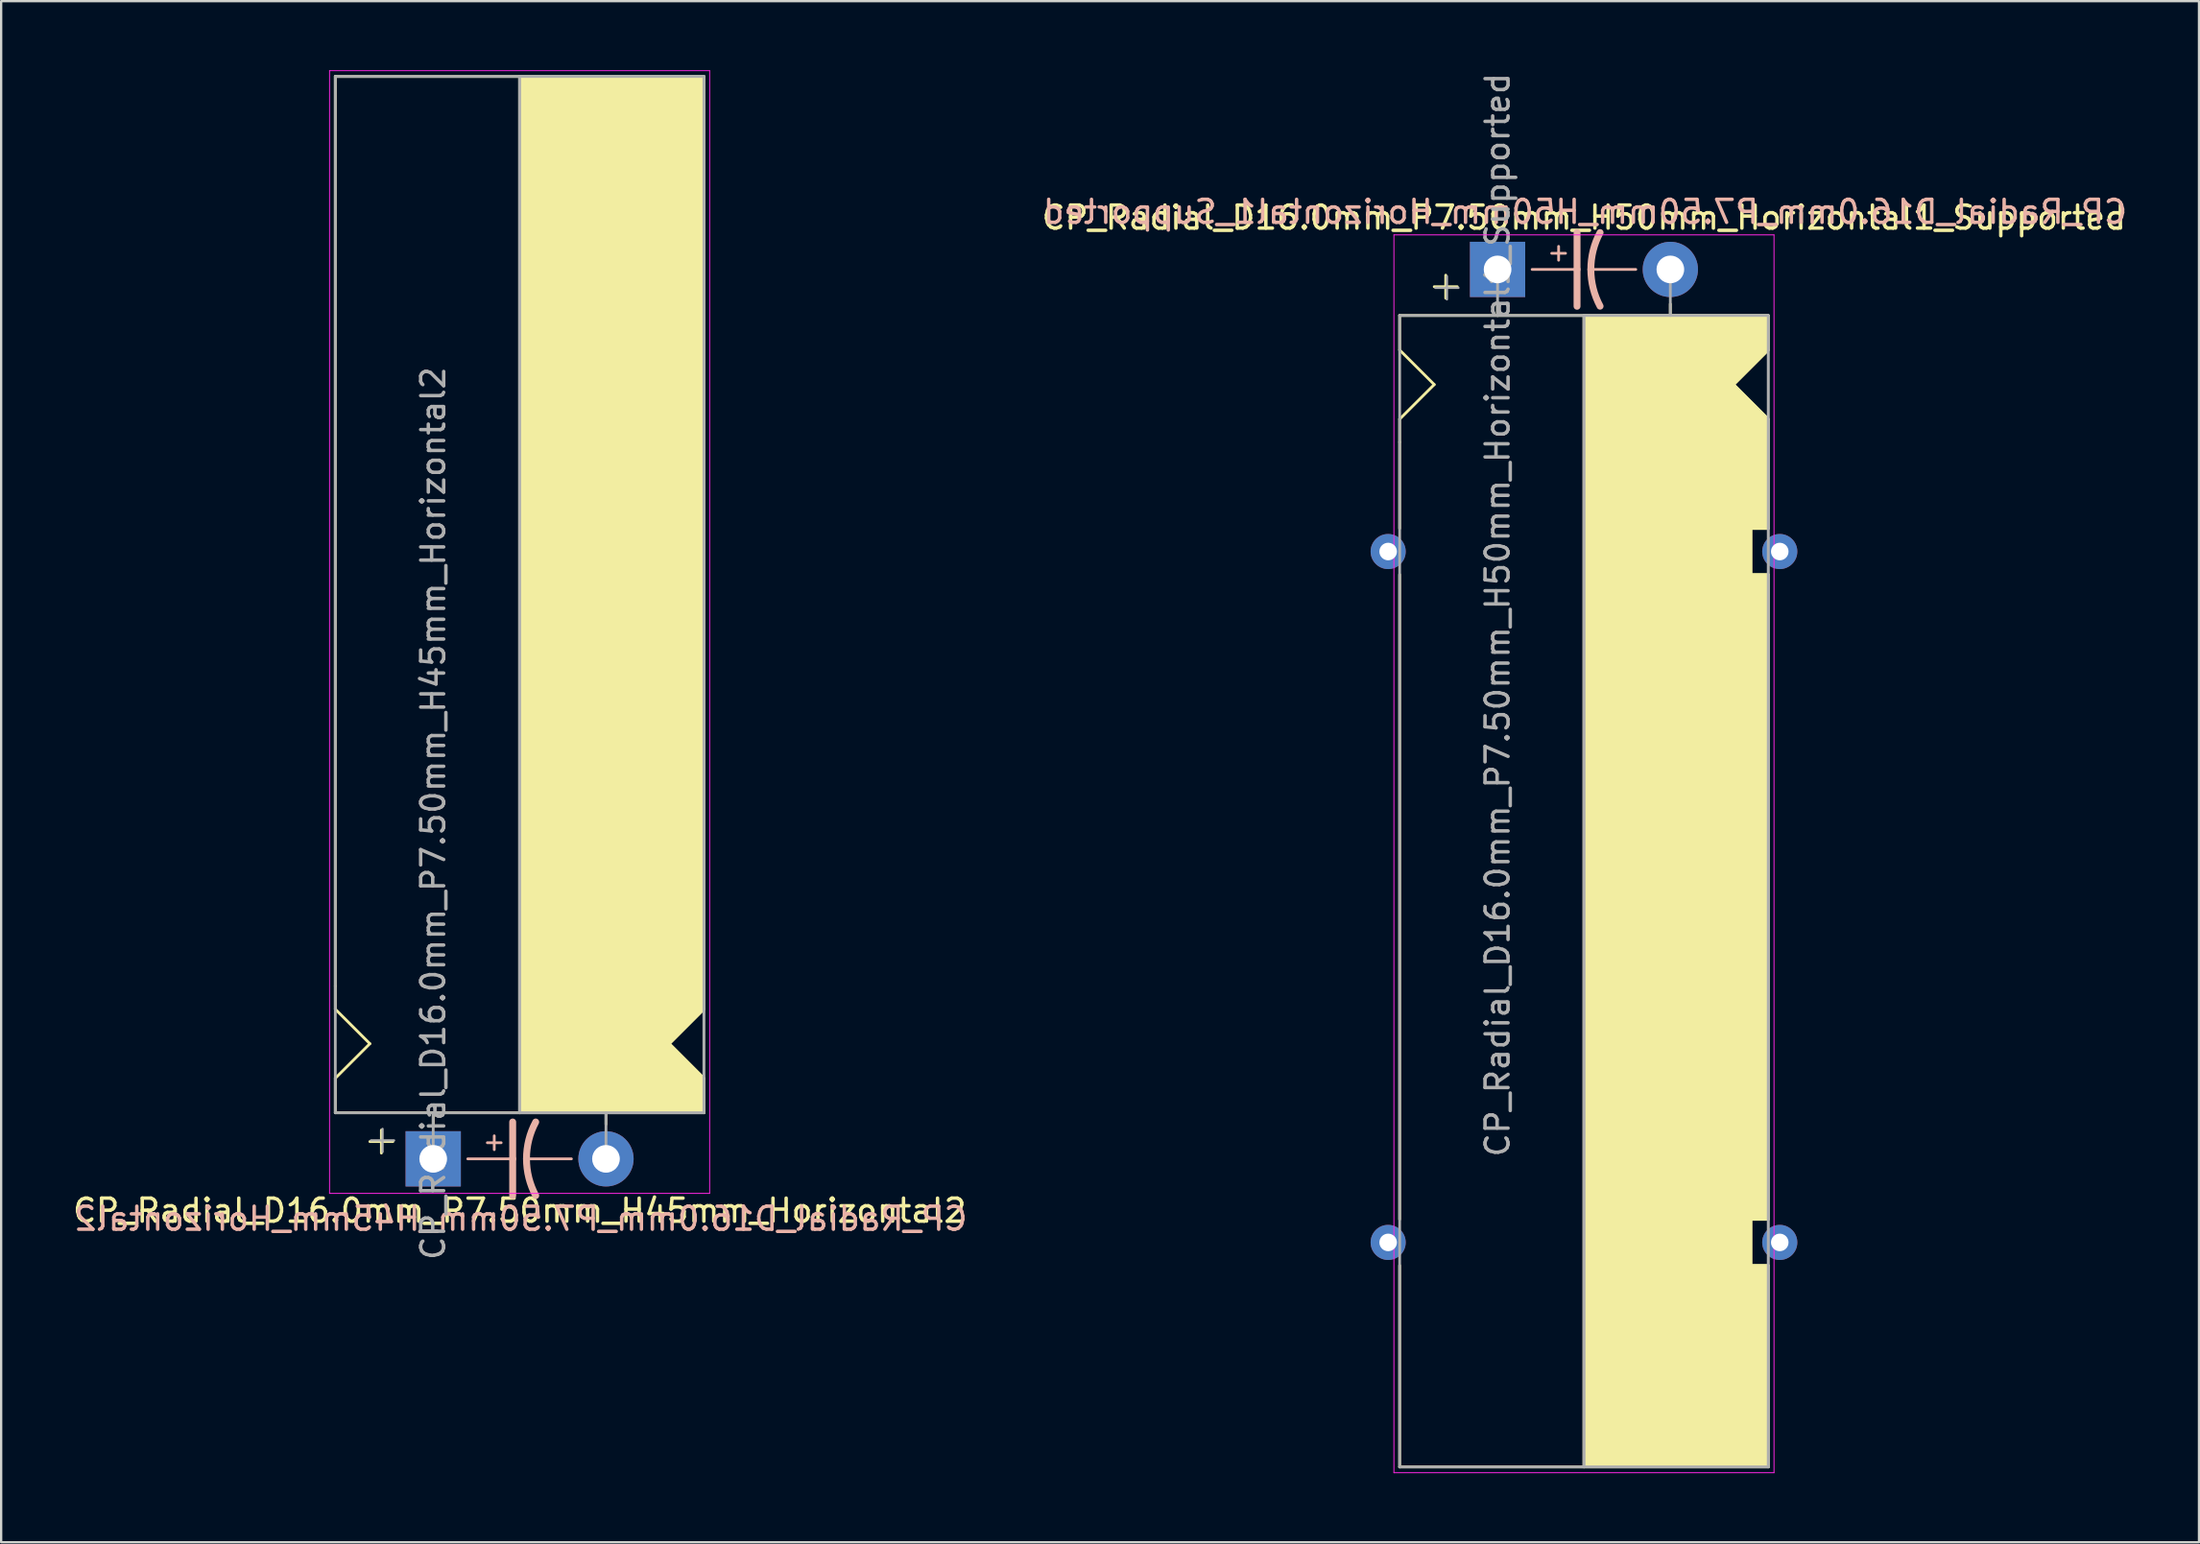
<source format=kicad_pcb>
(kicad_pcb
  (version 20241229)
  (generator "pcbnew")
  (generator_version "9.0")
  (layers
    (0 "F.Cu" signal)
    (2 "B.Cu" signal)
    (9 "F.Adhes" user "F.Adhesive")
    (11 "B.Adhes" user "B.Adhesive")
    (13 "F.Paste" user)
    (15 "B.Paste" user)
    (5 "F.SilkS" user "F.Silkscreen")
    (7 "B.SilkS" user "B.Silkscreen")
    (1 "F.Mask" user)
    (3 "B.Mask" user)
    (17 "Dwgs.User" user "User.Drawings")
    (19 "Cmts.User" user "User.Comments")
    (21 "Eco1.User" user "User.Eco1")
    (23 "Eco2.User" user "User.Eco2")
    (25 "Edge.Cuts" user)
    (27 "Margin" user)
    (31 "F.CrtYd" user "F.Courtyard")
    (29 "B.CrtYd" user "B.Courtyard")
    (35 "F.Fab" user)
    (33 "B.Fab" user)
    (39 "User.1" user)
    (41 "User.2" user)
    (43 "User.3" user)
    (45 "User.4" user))
  (footprint "CP_Radial_D16.0mm_P7.50mm_H50mm_Horizontal1_Supported"
    (layer "F.Cu")
    (at 61.961 8.649)
    (property "Reference" "CP_Radial_D16.0mm_P7.50mm_H50mm_Horizontal1_Supported" (at 3.75 -2.25 0) (layer "F.SilkS") (effects (font (size 1 1) (thickness 0.15))))
    (fp_line (start -4.25 2) (end -4.25 3.5) (stroke (width 0.12) (type solid)) (layer "F.SilkS"))
    (fp_line (start -4.25 3.5) (end -2.75 5) (stroke (width 0.12) (type solid)) (layer "F.SilkS"))
    (fp_line (start -4.25 6.5) (end -4.25 7.5) (stroke (width 0.12) (type solid)) (layer "F.SilkS"))
    (fp_line (start -4.25 7.5) (end -4.25 11.25) (stroke (width 0.12) (type solid)) (layer "F.SilkS"))
    (fp_line (start -4.25 41.25) (end -4.25 13.25) (stroke (width 0.12) (type solid)) (layer "F.SilkS"))
    (fp_line (start -4.25 43.25) (end -4.25 52) (stroke (width 0.12) (type solid)) (layer "F.SilkS"))
    (fp_line (start -2.75 5) (end -4.25 6.5) (stroke (width 0.12) (type solid)) (layer "F.SilkS"))
    (fp_line (start -2.25 0.25) (end -2.25 1.25) (stroke (width 0.12) (type solid)) (layer "F.SilkS"))
    (fp_line (start -1.75 0.75) (end -2.75 0.75) (stroke (width 0.12) (type solid)) (layer "F.SilkS"))
    (fp_line (start 0 1.5) (end 0 2) (stroke (width 0.12) (type solid)) (layer "F.SilkS"))
    (fp_line (start 3.75 2) (end -4.25 2) (stroke (width 0.12) (type solid)) (layer "F.SilkS"))
    (fp_line (start 3.75 2) (end 3.75 52) (stroke (width 0.12) (type solid)) (layer "F.SilkS"))
    (fp_line (start 3.75 2) (end 11.75 2) (stroke (width 0.12) (type solid)) (layer "F.SilkS"))
    (fp_line (start 7.5 1.5) (end 7.5 2) (stroke (width 0.12) (type solid)) (layer "F.SilkS"))
    (fp_line (start 10.25 5) (end 11.75 6.5) (stroke (width 0.12) (type solid)) (layer "F.SilkS"))
    (fp_line (start 11 11.25) (end 11.75 11.25) (stroke (width 0.12) (type solid)) (layer "F.SilkS"))
    (fp_line (start 11 13.25) (end 11 11.25) (stroke (width 0.12) (type solid)) (layer "F.SilkS"))
    (fp_line (start 11 41.25) (end 11.75 41.25) (stroke (width 0.12) (type solid)) (layer "F.SilkS"))
    (fp_line (start 11 43.25) (end 11 41.25) (stroke (width 0.12) (type solid)) (layer "F.SilkS"))
    (fp_line (start 11.75 2) (end 11.75 3.5) (stroke (width 0.12) (type solid)) (layer "F.SilkS"))
    (fp_line (start 11.75 3.5) (end 10.25 5) (stroke (width 0.12) (type solid)) (layer "F.SilkS"))
    (fp_line (start 11.75 11.25) (end 11.75 6.5) (stroke (width 0.12) (type solid)) (layer "F.SilkS"))
    (fp_line (start 11.75 13.25) (end 11 13.25) (stroke (width 0.12) (type solid)) (layer "F.SilkS"))
    (fp_line (start 11.75 13.25) (end 11.75 41.25) (stroke (width 0.12) (type solid)) (layer "F.SilkS"))
    (fp_line (start 11.75 43.25) (end 11 43.25) (stroke (width 0.12) (type solid)) (layer "F.SilkS"))
    (fp_line (start 11.75 52) (end -4.25 52) (stroke (width 0.12) (type solid)) (layer "F.SilkS"))
    (fp_line (start 11.75 52) (end 11.75 43.25) (stroke (width 0.12) (type solid)) (layer "F.SilkS"))
    (fp_poly (pts (xy 11.75 3.5) (xy 10.25 5) (xy 11.75 6.5) (xy 11.75 11.25) (xy 11 11.25) (xy 11 13.25) (xy 11.75 13.25) (xy 11.75 41.25) (xy 11 41.25) (xy 11 43.25) (xy 11.75 43.25) (xy 11.75 52) (xy 3.75 52) (xy 3.75 2) (xy 11.75 2)) (stroke (width 0.1) (type solid)) (fill yes) (layer "F.SilkS"))
    (fp_line (start 1.5 0) (end 3.45 0) (stroke (width 0.12) (type solid)) (layer "B.SilkS"))
    (fp_line (start 2.35 -0.7) (end 2.95 -0.7) (stroke (width 0.12) (type solid)) (layer "B.SilkS"))
    (fp_line (start 2.65 -0.4) (end 2.65 -1) (stroke (width 0.12) (type solid)) (layer "B.SilkS"))
    (fp_line (start 3.45 0) (end 3.45 -1.6) (stroke (width 0.3) (type solid)) (layer "B.SilkS"))
    (fp_line (start 3.45 0) (end 3.45 1.6) (stroke (width 0.3) (type solid)) (layer "B.SilkS"))
    (fp_line (start 6 0) (end 4.05 0) (stroke (width 0.12) (type solid)) (layer "B.SilkS"))
    (fp_arc (start 4.05 0) (mid 4.150512 -0.824872) (end 4.45 -1.6) (stroke (width 0.3) (type solid)) (layer "B.SilkS"))
    (fp_arc (start 4.45 1.596157) (mid 4.151652 0.822725) (end 4.05 0) (stroke (width 0.3) (type solid)) (layer "B.SilkS"))
    (fp_line (start -4.5 -1.5) (end 12 -1.5) (stroke (width 0.04) (type solid)) (layer "F.CrtYd"))
    (fp_line (start -4.5 52.25) (end -4.5 -1.5) (stroke (width 0.04) (type solid)) (layer "F.CrtYd"))
    (fp_line (start 12 -1.5) (end 12 52.25) (stroke (width 0.04) (type solid)) (layer "F.CrtYd"))
    (fp_line (start 12 52.25) (end -4.5 52.25) (stroke (width 0.04) (type solid)) (layer "F.CrtYd"))
    (fp_line (start -4.25 2) (end -4.25 52) (stroke (width 0.12) (type solid)) (layer "F.Fab"))
    (fp_line (start -4.25 52) (end 11.75 52) (stroke (width 0.12) (type solid)) (layer "F.Fab"))
    (fp_line (start -2.7 0.8) (end -1.7 0.8) (stroke (width 0.1) (type solid)) (layer "F.Fab"))
    (fp_line (start -2.2 1.3) (end -2.2 0.3) (stroke (width 0.1) (type solid)) (layer "F.Fab"))
    (fp_line (start 0 0) (end 0 2) (stroke (width 0.12) (type solid)) (layer "F.Fab"))
    (fp_line (start 0 2) (end -4.25 2) (stroke (width 0.12) (type solid)) (layer "F.Fab"))
    (fp_line (start 3.75 2) (end 3.75 52) (stroke (width 0.12) (type solid)) (layer "F.Fab"))
    (fp_line (start 7.5 0) (end 7.5 2) (stroke (width 0.12) (type solid)) (layer "F.Fab"))
    (fp_line (start 11.75 2) (end 0 2) (stroke (width 0.12) (type solid)) (layer "F.Fab"))
    (fp_line (start 11.75 52) (end 11.75 2) (stroke (width 0.12) (type solid)) (layer "F.Fab"))
    (fp_poly (pts (xy 11.75 52) (xy 3.75 52) (xy 3.75 2) (xy 11.75 2)) (stroke (width 0.1) (type solid)) (fill no) (layer "F.Fab"))
    (fp_text user "${REFERENCE}" (at 3.8 -2.5 0) (layer "B.SilkS") (effects (font (size 1 1) (thickness 0.15)) (justify mirror)))
    (fp_text user "${REFERENCE}" (at 0 15 90) (layer "F.Fab") (effects (font (size 1 1) (thickness 0.15))))
    (pad "1" thru_hole rect (at 0 0) (size 2.4 2.4) (drill 1.2) (layers "*.Cu" "*.Mask"))
    (pad "2" thru_hole circle (at 7.5 0) (size 2.4 2.4) (drill 1.2) (layers "*.Cu" "*.Mask"))
    (pad "~" thru_hole circle (at -4.75 12.25) (size 1.524 1.524) (drill 0.762) (layers "*.Cu" "*.Mask"))
    (pad "~" thru_hole circle (at -4.75 42.25) (size 1.524 1.524) (drill 0.762) (layers "*.Cu" "*.Mask"))
    (pad "~" thru_hole circle (at 12.25 12.25) (size 1.524 1.524) (drill 0.762) (layers "*.Cu" "*.Mask"))
    (pad "~" thru_hole circle (at 12.25 42.25) (size 1.524 1.524) (drill 0.762) (layers "*.Cu" "*.Mask")))
  (footprint "CP_Radial_D16.0mm_P7.50mm_H45mm_Horizontal2"
    (layer "F.Cu")
    (at 15.756 47.27)
    (property "Reference" "CP_Radial_D16.0mm_P7.50mm_H45mm_Horizontal2" (at 3.75 2.25 0) (layer "F.SilkS") (effects (font (size 1 1) (thickness 0.15))))
    (fp_line (start -4.25 -7.5) (end -4.25 -47) (stroke (width 0.12) (type solid)) (layer "F.SilkS"))
    (fp_line (start -4.25 -6.5) (end -4.25 -7.5) (stroke (width 0.12) (type solid)) (layer "F.SilkS"))
    (fp_line (start -4.25 -3.5) (end -2.75 -5) (stroke (width 0.12) (type solid)) (layer "F.SilkS"))
    (fp_line (start -4.25 -2) (end -4.25 -3.5) (stroke (width 0.12) (type solid)) (layer "F.SilkS"))
    (fp_line (start -2.75 -5) (end -4.25 -6.5) (stroke (width 0.12) (type solid)) (layer "F.SilkS"))
    (fp_line (start -2.25 -1.25) (end -2.25 -0.25) (stroke (width 0.12) (type solid)) (layer "F.SilkS"))
    (fp_line (start -1.75 -0.75) (end -2.75 -0.75) (stroke (width 0.12) (type solid)) (layer "F.SilkS"))
    (fp_line (start 0 -1.5) (end 0 -2) (stroke (width 0.12) (type solid)) (layer "F.SilkS"))
    (fp_line (start 3.75 -2) (end -4.25 -2) (stroke (width 0.12) (type solid)) (layer "F.SilkS"))
    (fp_line (start 3.75 -2) (end 3.75 -47) (stroke (width 0.12) (type solid)) (layer "F.SilkS"))
    (fp_line (start 3.75 -2) (end 11.75 -2) (stroke (width 0.12) (type solid)) (layer "F.SilkS"))
    (fp_line (start 7.5 -1.5) (end 7.5 -2) (stroke (width 0.12) (type solid)) (layer "F.SilkS"))
    (fp_line (start 10.25 -5) (end 11.75 -6.5) (stroke (width 0.12) (type solid)) (layer "F.SilkS"))
    (fp_line (start 11.75 -47) (end -4.25 -47) (stroke (width 0.12) (type solid)) (layer "F.SilkS"))
    (fp_line (start 11.75 -47) (end 11.75 -6.5) (stroke (width 0.12) (type solid)) (layer "F.SilkS"))
    (fp_line (start 11.75 -3.5) (end 10.25 -5) (stroke (width 0.12) (type solid)) (layer "F.SilkS"))
    (fp_line (start 11.75 -2) (end 11.75 -3.5) (stroke (width 0.12) (type solid)) (layer "F.SilkS"))
    (fp_poly (pts (xy 11.75 -3.5) (xy 10.25 -5) (xy 11.75 -6.5) (xy 11.75 -47) (xy 3.75 -47) (xy 3.75 -2) (xy 11.75 -2)) (stroke (width 0.1) (type solid)) (fill yes) (layer "F.SilkS"))
    (fp_line (start 1.5 0) (end 3.45 0) (stroke (width 0.12) (type solid)) (layer "B.SilkS"))
    (fp_line (start 2.35 -0.7) (end 2.95 -0.7) (stroke (width 0.12) (type solid)) (layer "B.SilkS"))
    (fp_line (start 2.65 -0.4) (end 2.65 -1) (stroke (width 0.12) (type solid)) (layer "B.SilkS"))
    (fp_line (start 3.45 0) (end 3.45 -1.6) (stroke (width 0.3) (type solid)) (layer "B.SilkS"))
    (fp_line (start 3.45 0) (end 3.45 1.6) (stroke (width 0.3) (type solid)) (layer "B.SilkS"))
    (fp_line (start 6 0) (end 4.05 0) (stroke (width 0.12) (type solid)) (layer "B.SilkS"))
    (fp_arc (start 4.05 0) (mid 4.150512 -0.824872) (end 4.45 -1.6) (stroke (width 0.3) (type solid)) (layer "B.SilkS"))
    (fp_arc (start 4.45 1.596157) (mid 4.151652 0.822725) (end 4.05 0) (stroke (width 0.3) (type solid)) (layer "B.SilkS"))
    (fp_line (start -4.5 -47.25) (end -4.5 1.5) (stroke (width 0.04) (type solid)) (layer "F.CrtYd"))
    (fp_line (start -4.5 1.5) (end 12 1.5) (stroke (width 0.04) (type solid)) (layer "F.CrtYd"))
    (fp_line (start 12 -47.25) (end -4.5 -47.25) (stroke (width 0.04) (type solid)) (layer "F.CrtYd"))
    (fp_line (start 12 1.5) (end 12 -47.25) (stroke (width 0.04) (type solid)) (layer "F.CrtYd"))
    (fp_line (start -4.25 -47) (end 11.75 -47) (stroke (width 0.12) (type solid)) (layer "F.Fab"))
    (fp_line (start -4.25 -2) (end -4.25 -47) (stroke (width 0.12) (type solid)) (layer "F.Fab"))
    (fp_line (start -2.7 -0.8) (end -1.7 -0.8) (stroke (width 0.1) (type solid)) (layer "F.Fab"))
    (fp_line (start -2.2 -0.3) (end -2.2 -1.3) (stroke (width 0.1) (type solid)) (layer "F.Fab"))
    (fp_line (start 0 -2) (end -4.25 -2) (stroke (width 0.12) (type solid)) (layer "F.Fab"))
    (fp_line (start 0 0) (end 0 -2) (stroke (width 0.12) (type solid)) (layer "F.Fab"))
    (fp_line (start 3.75 -2) (end 3.75 -47) (stroke (width 0.12) (type solid)) (layer "F.Fab"))
    (fp_line (start 7.5 0) (end 7.5 -2) (stroke (width 0.12) (type solid)) (layer "F.Fab"))
    (fp_line (start 11.75 -47) (end 11.75 -2) (stroke (width 0.12) (type solid)) (layer "F.Fab"))
    (fp_line (start 11.75 -2) (end 0 -2) (stroke (width 0.12) (type solid)) (layer "F.Fab"))
    (fp_poly (pts (xy 11.75 -47) (xy 3.75 -47) (xy 3.75 -2) (xy 11.75 -2)) (stroke (width 0.1) (type solid)) (fill no) (layer "F.Fab"))
    (fp_text user "${REFERENCE}" (at 3.8 2.6 0) (layer "B.SilkS") (effects (font (size 1 1) (thickness 0.15)) (justify mirror)))
    (fp_text user "${REFERENCE}" (at 0 -15 90) (layer "F.Fab") (effects (font (size 1 1) (thickness 0.15))))
    (pad "1" thru_hole rect (at 0 0) (size 2.4 2.4) (drill 1.2) (layers "*.Cu" "*.Mask"))
    (pad "2" thru_hole circle (at 7.5 0) (size 2.4 2.4) (drill 1.2) (layers "*.Cu" "*.Mask")))
  (gr_rect
    (start -3 -3)
    (end 92.41 63.919)
    (stroke (width 0.1) (type default))
    (fill no)
    (layer "Edge.Cuts")))
</source>
